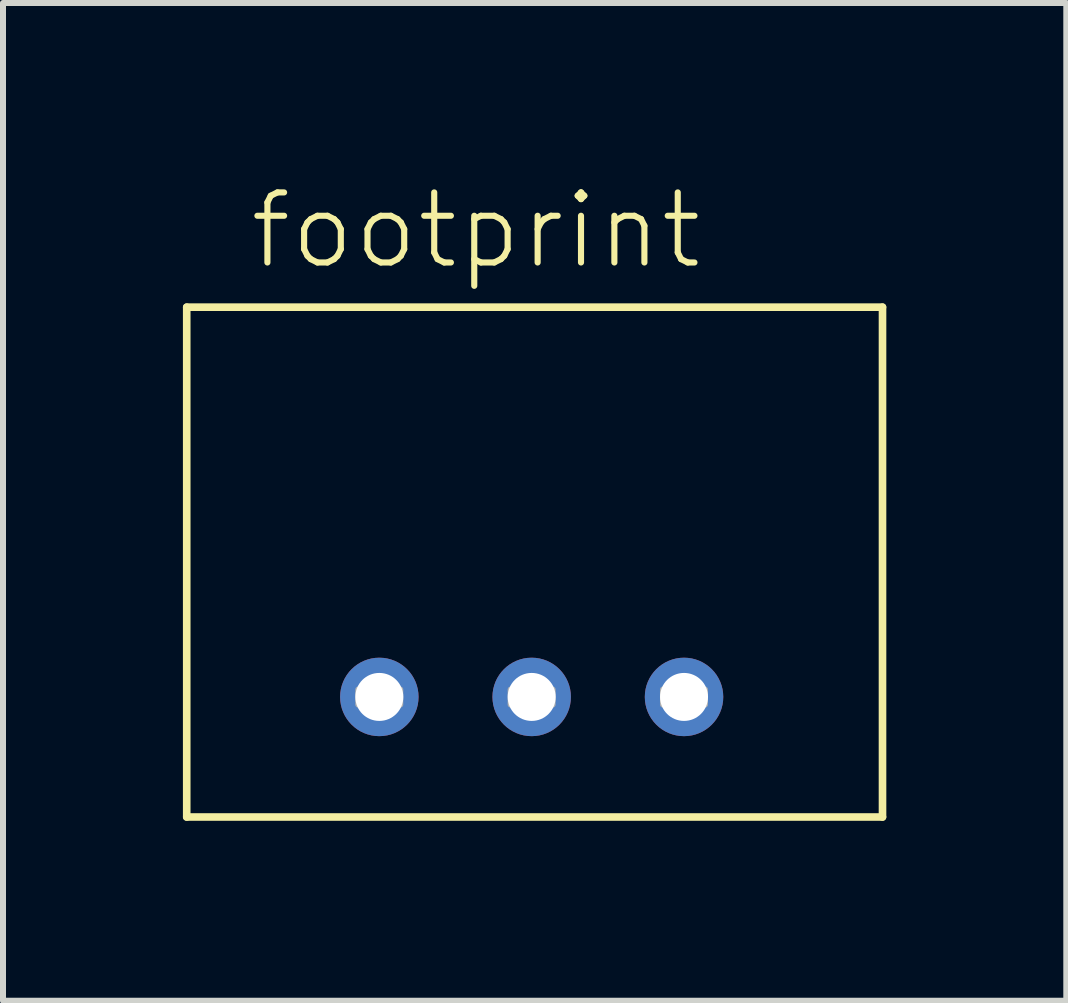
<source format=kicad_pcb>
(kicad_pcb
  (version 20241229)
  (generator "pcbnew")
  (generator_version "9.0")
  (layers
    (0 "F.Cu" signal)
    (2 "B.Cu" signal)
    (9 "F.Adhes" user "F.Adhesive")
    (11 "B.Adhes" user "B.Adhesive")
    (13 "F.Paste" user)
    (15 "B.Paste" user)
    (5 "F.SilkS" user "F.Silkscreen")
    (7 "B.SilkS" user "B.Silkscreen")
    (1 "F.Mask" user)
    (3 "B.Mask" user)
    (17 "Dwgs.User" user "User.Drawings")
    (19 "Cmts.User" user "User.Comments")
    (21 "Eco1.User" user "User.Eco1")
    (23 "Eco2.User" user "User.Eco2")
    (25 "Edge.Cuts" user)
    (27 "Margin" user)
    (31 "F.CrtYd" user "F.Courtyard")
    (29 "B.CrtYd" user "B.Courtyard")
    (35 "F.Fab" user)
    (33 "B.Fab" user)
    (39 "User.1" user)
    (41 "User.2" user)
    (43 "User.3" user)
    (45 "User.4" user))
  (footprint "footprint"
    (layer "F.Cu")
    (at 5.814 8.569)
    (property "Reference" "footprint" (at -4.751 -7.095 0) (layer "F.SilkS") (effects (font (size 1.168 1.168) (thickness 0.102)) (justify left bottom)))
    (fp_line (start -5.751 -6.498) (end -5.751 2.002) (stroke (width 0.127) (type solid)) (layer "F.SilkS"))
    (fp_line (start -5.751 2.002) (end 5.849 2.002) (stroke (width 0.127) (type solid)) (layer "F.SilkS"))
    (fp_line (start 5.849 -6.498) (end -5.751 -6.498) (stroke (width 0.127) (type solid)) (layer "F.SilkS"))
    (fp_line (start 5.849 2.002) (end 5.849 -6.498) (stroke (width 0.127) (type solid)) (layer "F.SilkS"))
    (fp_poly (pts (xy -2.891 0.127) (xy -2.191 0.127) (xy -2.191 -0.123) (xy -2.891 -0.123)) (stroke (width 0.1) (type solid)) (fill no) (layer "F.Fab"))
    (fp_poly (pts (xy -0.351 0.127) (xy 0.349 0.127) (xy 0.349 -0.123) (xy -0.351 -0.123)) (stroke (width 0.1) (type solid)) (fill no) (layer "F.Fab"))
    (fp_poly (pts (xy 2.189 0.127) (xy 2.889 0.127) (xy 2.889 -0.123) (xy 2.189 -0.123)) (stroke (width 0.1) (type solid)) (fill no) (layer "F.Fab"))
    (pad "GND" thru_hole circle (at 0 0 180) (size 1.308 1.308) (drill 0.8) (layers "*.Cu" "*.Mask"))
    (pad "VIN" thru_hole circle (at -2.54 0 180) (size 1.308 1.308) (drill 0.8) (layers "*.Cu" "*.Mask"))
    (pad "VOUT" thru_hole circle (at 2.54 0 180) (size 1.308 1.308) (drill 0.8) (layers "*.Cu" "*.Mask")))
  (gr_rect
    (start -3 -3)
    (end 14.727 13.634)
    (stroke (width 0.1) (type default))
    (fill no)
    (layer "Edge.Cuts")))
</source>
